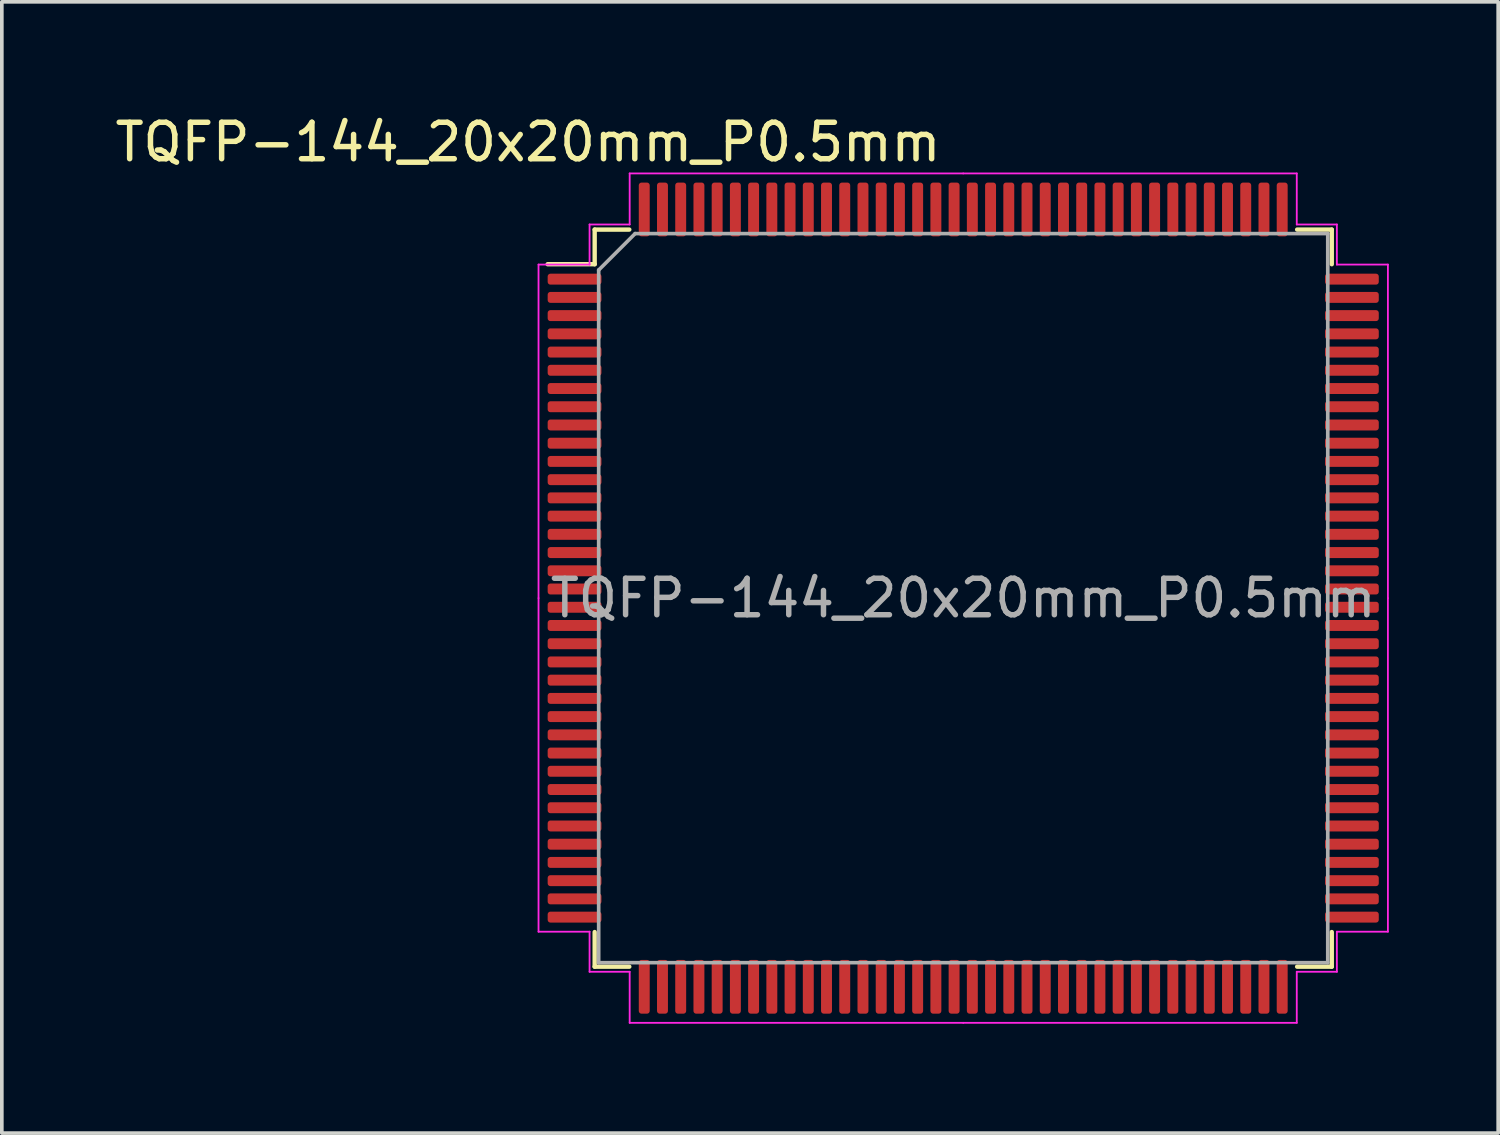
<source format=kicad_pcb>
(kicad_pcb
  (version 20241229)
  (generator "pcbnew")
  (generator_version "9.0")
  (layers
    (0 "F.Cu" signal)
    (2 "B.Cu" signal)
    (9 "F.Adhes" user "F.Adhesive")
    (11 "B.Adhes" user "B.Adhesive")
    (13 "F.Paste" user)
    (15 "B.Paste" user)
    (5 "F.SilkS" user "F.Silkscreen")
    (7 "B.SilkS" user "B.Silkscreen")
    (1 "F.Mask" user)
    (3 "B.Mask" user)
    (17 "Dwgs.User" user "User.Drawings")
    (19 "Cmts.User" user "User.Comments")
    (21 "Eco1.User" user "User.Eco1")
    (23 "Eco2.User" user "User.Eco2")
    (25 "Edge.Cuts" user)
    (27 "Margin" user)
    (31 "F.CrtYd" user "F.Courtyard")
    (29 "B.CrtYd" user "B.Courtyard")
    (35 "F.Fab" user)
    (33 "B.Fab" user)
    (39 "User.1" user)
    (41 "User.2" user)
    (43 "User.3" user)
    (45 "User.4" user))
  (footprint "TQFP-144_20x20mm_P0.5mm"
    (layer "F.Cu")
    (at 23.373 13.358)
    (property "Reference" "TQFP-144_20x20mm_P0.5mm" (at -11.938 -12.509 180) (layer "F.SilkS") (effects (font (size 1 1) (thickness 0.15))))
    (attr smd allow_soldermask_bridges)
    (fp_line (start -10.11 -10.11) (end -10.11 -9.16) (stroke (width 0.12) (type solid)) (layer "F.SilkS"))
    (fp_line (start -10.11 -9.16) (end -11.4 -9.16) (stroke (width 0.12) (type solid)) (layer "F.SilkS"))
    (fp_line (start -10.11 10.11) (end -10.11 9.16) (stroke (width 0.12) (type solid)) (layer "F.SilkS"))
    (fp_line (start -9.16 -10.11) (end -10.11 -10.11) (stroke (width 0.12) (type solid)) (layer "F.SilkS"))
    (fp_line (start -9.16 10.11) (end -10.11 10.11) (stroke (width 0.12) (type solid)) (layer "F.SilkS"))
    (fp_line (start 9.16 -10.11) (end 10.11 -10.11) (stroke (width 0.12) (type solid)) (layer "F.SilkS"))
    (fp_line (start 9.16 10.11) (end 10.11 10.11) (stroke (width 0.12) (type solid)) (layer "F.SilkS"))
    (fp_line (start 10.11 -10.11) (end 10.11 -9.16) (stroke (width 0.12) (type solid)) (layer "F.SilkS"))
    (fp_line (start 10.11 10.11) (end 10.11 9.16) (stroke (width 0.12) (type solid)) (layer "F.SilkS"))
    (fp_line (start -11.65 -9.15) (end -11.65 0) (stroke (width 0.05) (type solid)) (layer "F.CrtYd"))
    (fp_line (start -11.65 9.15) (end -11.65 0) (stroke (width 0.05) (type solid)) (layer "F.CrtYd"))
    (fp_line (start -10.25 -10.25) (end -10.25 -9.15) (stroke (width 0.05) (type solid)) (layer "F.CrtYd"))
    (fp_line (start -10.25 -9.15) (end -11.65 -9.15) (stroke (width 0.05) (type solid)) (layer "F.CrtYd"))
    (fp_line (start -10.25 9.15) (end -11.65 9.15) (stroke (width 0.05) (type solid)) (layer "F.CrtYd"))
    (fp_line (start -10.25 10.25) (end -10.25 9.15) (stroke (width 0.05) (type solid)) (layer "F.CrtYd"))
    (fp_line (start -9.15 -11.65) (end -9.15 -10.25) (stroke (width 0.05) (type solid)) (layer "F.CrtYd"))
    (fp_line (start -9.15 -10.25) (end -10.25 -10.25) (stroke (width 0.05) (type solid)) (layer "F.CrtYd"))
    (fp_line (start -9.15 10.25) (end -10.25 10.25) (stroke (width 0.05) (type solid)) (layer "F.CrtYd"))
    (fp_line (start -9.15 11.65) (end -9.15 10.25) (stroke (width 0.05) (type solid)) (layer "F.CrtYd"))
    (fp_line (start 0 -11.65) (end -9.15 -11.65) (stroke (width 0.05) (type solid)) (layer "F.CrtYd"))
    (fp_line (start 0 -11.65) (end 9.15 -11.65) (stroke (width 0.05) (type solid)) (layer "F.CrtYd"))
    (fp_line (start 0 11.65) (end -9.15 11.65) (stroke (width 0.05) (type solid)) (layer "F.CrtYd"))
    (fp_line (start 0 11.65) (end 9.15 11.65) (stroke (width 0.05) (type solid)) (layer "F.CrtYd"))
    (fp_line (start 9.15 -11.65) (end 9.15 -10.25) (stroke (width 0.05) (type solid)) (layer "F.CrtYd"))
    (fp_line (start 9.15 -10.25) (end 10.25 -10.25) (stroke (width 0.05) (type solid)) (layer "F.CrtYd"))
    (fp_line (start 9.15 10.25) (end 10.25 10.25) (stroke (width 0.05) (type solid)) (layer "F.CrtYd"))
    (fp_line (start 9.15 11.65) (end 9.15 10.25) (stroke (width 0.05) (type solid)) (layer "F.CrtYd"))
    (fp_line (start 10.25 -10.25) (end 10.25 -9.15) (stroke (width 0.05) (type solid)) (layer "F.CrtYd"))
    (fp_line (start 10.25 -9.15) (end 11.65 -9.15) (stroke (width 0.05) (type solid)) (layer "F.CrtYd"))
    (fp_line (start 10.25 9.15) (end 11.65 9.15) (stroke (width 0.05) (type solid)) (layer "F.CrtYd"))
    (fp_line (start 10.25 10.25) (end 10.25 9.15) (stroke (width 0.05) (type solid)) (layer "F.CrtYd"))
    (fp_line (start 11.65 -9.15) (end 11.65 0) (stroke (width 0.05) (type solid)) (layer "F.CrtYd"))
    (fp_line (start 11.65 9.15) (end 11.65 0) (stroke (width 0.05) (type solid)) (layer "F.CrtYd"))
    (fp_line (start -10 -9) (end -9 -10) (stroke (width 0.1) (type solid)) (layer "F.Fab"))
    (fp_line (start -10 10) (end -10 -9) (stroke (width 0.1) (type solid)) (layer "F.Fab"))
    (fp_line (start -9 -10) (end 10 -10) (stroke (width 0.1) (type solid)) (layer "F.Fab"))
    (fp_line (start 10 -10) (end 10 10) (stroke (width 0.1) (type solid)) (layer "F.Fab"))
    (fp_line (start 10 10) (end -10 10) (stroke (width 0.1) (type solid)) (layer "F.Fab"))
    (fp_text user "${REFERENCE}" (at 0 0 180) (layer "F.Fab") (effects (font (size 1 1) (thickness 0.15))))
    (pad "1" smd roundrect (at -10.662 -8.75) (size 1.475 0.3) (layers "F.Cu" "F.Mask" "F.Paste") (roundrect_rratio 0.25))
    (pad "2" smd roundrect (at -10.662 -8.25) (size 1.475 0.3) (layers "F.Cu" "F.Mask" "F.Paste") (roundrect_rratio 0.25))
    (pad "3" smd roundrect (at -10.662 -7.75) (size 1.475 0.3) (layers "F.Cu" "F.Mask" "F.Paste") (roundrect_rratio 0.25))
    (pad "4" smd roundrect (at -10.662 -7.25) (size 1.475 0.3) (layers "F.Cu" "F.Mask" "F.Paste") (roundrect_rratio 0.25))
    (pad "5" smd roundrect (at -10.662 -6.75) (size 1.475 0.3) (layers "F.Cu" "F.Mask" "F.Paste") (roundrect_rratio 0.25))
    (pad "6" smd roundrect (at -10.662 -6.25) (size 1.475 0.3) (layers "F.Cu" "F.Mask" "F.Paste") (roundrect_rratio 0.25))
    (pad "7" smd roundrect (at -10.662 -5.75) (size 1.475 0.3) (layers "F.Cu" "F.Mask" "F.Paste") (roundrect_rratio 0.25))
    (pad "8" smd roundrect (at -10.662 -5.25) (size 1.475 0.3) (layers "F.Cu" "F.Mask" "F.Paste") (roundrect_rratio 0.25))
    (pad "9" smd roundrect (at -10.662 -4.75) (size 1.475 0.3) (layers "F.Cu" "F.Mask" "F.Paste") (roundrect_rratio 0.25))
    (pad "10" smd roundrect (at -10.662 -4.25) (size 1.475 0.3) (layers "F.Cu" "F.Mask" "F.Paste") (roundrect_rratio 0.25))
    (pad "11" smd roundrect (at -10.662 -3.75) (size 1.475 0.3) (layers "F.Cu" "F.Mask" "F.Paste") (roundrect_rratio 0.25))
    (pad "12" smd roundrect (at -10.662 -3.25) (size 1.475 0.3) (layers "F.Cu" "F.Mask" "F.Paste") (roundrect_rratio 0.25))
    (pad "13" smd roundrect (at -10.662 -2.75) (size 1.475 0.3) (layers "F.Cu" "F.Mask" "F.Paste") (roundrect_rratio 0.25))
    (pad "14" smd roundrect (at -10.662 -2.25) (size 1.475 0.3) (layers "F.Cu" "F.Mask" "F.Paste") (roundrect_rratio 0.25))
    (pad "15" smd roundrect (at -10.662 -1.75) (size 1.475 0.3) (layers "F.Cu" "F.Mask" "F.Paste") (roundrect_rratio 0.25))
    (pad "16" smd roundrect (at -10.662 -1.25) (size 1.475 0.3) (layers "F.Cu" "F.Mask" "F.Paste") (roundrect_rratio 0.25))
    (pad "17" smd roundrect (at -10.662 -0.75) (size 1.475 0.3) (layers "F.Cu" "F.Mask" "F.Paste") (roundrect_rratio 0.25))
    (pad "18" smd roundrect (at -10.662 -0.25) (size 1.475 0.3) (layers "F.Cu" "F.Mask" "F.Paste") (roundrect_rratio 0.25))
    (pad "19" smd roundrect (at -10.662 0.25) (size 1.475 0.3) (layers "F.Cu" "F.Mask" "F.Paste") (roundrect_rratio 0.25))
    (pad "20" smd roundrect (at -10.662 0.75) (size 1.475 0.3) (layers "F.Cu" "F.Mask" "F.Paste") (roundrect_rratio 0.25))
    (pad "21" smd roundrect (at -10.662 1.25) (size 1.475 0.3) (layers "F.Cu" "F.Mask" "F.Paste") (roundrect_rratio 0.25))
    (pad "22" smd roundrect (at -10.662 1.75) (size 1.475 0.3) (layers "F.Cu" "F.Mask" "F.Paste") (roundrect_rratio 0.25))
    (pad "23" smd roundrect (at -10.662 2.25) (size 1.475 0.3) (layers "F.Cu" "F.Mask" "F.Paste") (roundrect_rratio 0.25))
    (pad "24" smd roundrect (at -10.662 2.75) (size 1.475 0.3) (layers "F.Cu" "F.Mask" "F.Paste") (roundrect_rratio 0.25))
    (pad "25" smd roundrect (at -10.662 3.25) (size 1.475 0.3) (layers "F.Cu" "F.Mask" "F.Paste") (roundrect_rratio 0.25))
    (pad "26" smd roundrect (at -10.662 3.75) (size 1.475 0.3) (layers "F.Cu" "F.Mask" "F.Paste") (roundrect_rratio 0.25))
    (pad "27" smd roundrect (at -10.662 4.25) (size 1.475 0.3) (layers "F.Cu" "F.Mask" "F.Paste") (roundrect_rratio 0.25))
    (pad "28" smd roundrect (at -10.662 4.75) (size 1.475 0.3) (layers "F.Cu" "F.Mask" "F.Paste") (roundrect_rratio 0.25))
    (pad "29" smd roundrect (at -10.662 5.25) (size 1.475 0.3) (layers "F.Cu" "F.Mask" "F.Paste") (roundrect_rratio 0.25))
    (pad "30" smd roundrect (at -10.662 5.75) (size 1.475 0.3) (layers "F.Cu" "F.Mask" "F.Paste") (roundrect_rratio 0.25))
    (pad "31" smd roundrect (at -10.662 6.25) (size 1.475 0.3) (layers "F.Cu" "F.Mask" "F.Paste") (roundrect_rratio 0.25))
    (pad "32" smd roundrect (at -10.662 6.75) (size 1.475 0.3) (layers "F.Cu" "F.Mask" "F.Paste") (roundrect_rratio 0.25))
    (pad "33" smd roundrect (at -10.662 7.25) (size 1.475 0.3) (layers "F.Cu" "F.Mask" "F.Paste") (roundrect_rratio 0.25))
    (pad "34" smd roundrect (at -10.662 7.75) (size 1.475 0.3) (layers "F.Cu" "F.Mask" "F.Paste") (roundrect_rratio 0.25))
    (pad "35" smd roundrect (at -10.662 8.25) (size 1.475 0.3) (layers "F.Cu" "F.Mask" "F.Paste") (roundrect_rratio 0.25))
    (pad "36" smd roundrect (at -10.662 8.75) (size 1.475 0.3) (layers "F.Cu" "F.Mask" "F.Paste") (roundrect_rratio 0.25))
    (pad "37" smd roundrect (at -8.75 10.662) (size 0.3 1.475) (layers "F.Cu" "F.Mask" "F.Paste") (roundrect_rratio 0.25))
    (pad "38" smd roundrect (at -8.25 10.662) (size 0.3 1.475) (layers "F.Cu" "F.Mask" "F.Paste") (roundrect_rratio 0.25))
    (pad "39" smd roundrect (at -7.75 10.662) (size 0.3 1.475) (layers "F.Cu" "F.Mask" "F.Paste") (roundrect_rratio 0.25))
    (pad "40" smd roundrect (at -7.25 10.662) (size 0.3 1.475) (layers "F.Cu" "F.Mask" "F.Paste") (roundrect_rratio 0.25))
    (pad "41" smd roundrect (at -6.75 10.662) (size 0.3 1.475) (layers "F.Cu" "F.Mask" "F.Paste") (roundrect_rratio 0.25))
    (pad "42" smd roundrect (at -6.25 10.662) (size 0.3 1.475) (layers "F.Cu" "F.Mask" "F.Paste") (roundrect_rratio 0.25))
    (pad "43" smd roundrect (at -5.75 10.662) (size 0.3 1.475) (layers "F.Cu" "F.Mask" "F.Paste") (roundrect_rratio 0.25))
    (pad "44" smd roundrect (at -5.25 10.662) (size 0.3 1.475) (layers "F.Cu" "F.Mask" "F.Paste") (roundrect_rratio 0.25))
    (pad "45" smd roundrect (at -4.75 10.662) (size 0.3 1.475) (layers "F.Cu" "F.Mask" "F.Paste") (roundrect_rratio 0.25))
    (pad "46" smd roundrect (at -4.25 10.662) (size 0.3 1.475) (layers "F.Cu" "F.Mask" "F.Paste") (roundrect_rratio 0.25))
    (pad "47" smd roundrect (at -3.75 10.662) (size 0.3 1.475) (layers "F.Cu" "F.Mask" "F.Paste") (roundrect_rratio 0.25))
    (pad "48" smd roundrect (at -3.25 10.662) (size 0.3 1.475) (layers "F.Cu" "F.Mask" "F.Paste") (roundrect_rratio 0.25))
    (pad "49" smd roundrect (at -2.75 10.662) (size 0.3 1.475) (layers "F.Cu" "F.Mask" "F.Paste") (roundrect_rratio 0.25))
    (pad "50" smd roundrect (at -2.25 10.662) (size 0.3 1.475) (layers "F.Cu" "F.Mask" "F.Paste") (roundrect_rratio 0.25))
    (pad "51" smd roundrect (at -1.75 10.662) (size 0.3 1.475) (layers "F.Cu" "F.Mask" "F.Paste") (roundrect_rratio 0.25))
    (pad "52" smd roundrect (at -1.25 10.662) (size 0.3 1.475) (layers "F.Cu" "F.Mask" "F.Paste") (roundrect_rratio 0.25))
    (pad "53" smd roundrect (at -0.75 10.662) (size 0.3 1.475) (layers "F.Cu" "F.Mask" "F.Paste") (roundrect_rratio 0.25))
    (pad "54" smd roundrect (at -0.25 10.662) (size 0.3 1.475) (layers "F.Cu" "F.Mask" "F.Paste") (roundrect_rratio 0.25))
    (pad "55" smd roundrect (at 0.25 10.662) (size 0.3 1.475) (layers "F.Cu" "F.Mask" "F.Paste") (roundrect_rratio 0.25))
    (pad "56" smd roundrect (at 0.75 10.662) (size 0.3 1.475) (layers "F.Cu" "F.Mask" "F.Paste") (roundrect_rratio 0.25))
    (pad "57" smd roundrect (at 1.25 10.662) (size 0.3 1.475) (layers "F.Cu" "F.Mask" "F.Paste") (roundrect_rratio 0.25))
    (pad "58" smd roundrect (at 1.75 10.662) (size 0.3 1.475) (layers "F.Cu" "F.Mask" "F.Paste") (roundrect_rratio 0.25))
    (pad "59" smd roundrect (at 2.25 10.662) (size 0.3 1.475) (layers "F.Cu" "F.Mask" "F.Paste") (roundrect_rratio 0.25))
    (pad "60" smd roundrect (at 2.75 10.662) (size 0.3 1.475) (layers "F.Cu" "F.Mask" "F.Paste") (roundrect_rratio 0.25))
    (pad "61" smd roundrect (at 3.25 10.662) (size 0.3 1.475) (layers "F.Cu" "F.Mask" "F.Paste") (roundrect_rratio 0.25))
    (pad "62" smd roundrect (at 3.75 10.662) (size 0.3 1.475) (layers "F.Cu" "F.Mask" "F.Paste") (roundrect_rratio 0.25))
    (pad "63" smd roundrect (at 4.25 10.662) (size 0.3 1.475) (layers "F.Cu" "F.Mask" "F.Paste") (roundrect_rratio 0.25))
    (pad "64" smd roundrect (at 4.75 10.662) (size 0.3 1.475) (layers "F.Cu" "F.Mask" "F.Paste") (roundrect_rratio 0.25))
    (pad "65" smd roundrect (at 5.25 10.662) (size 0.3 1.475) (layers "F.Cu" "F.Mask" "F.Paste") (roundrect_rratio 0.25))
    (pad "66" smd roundrect (at 5.75 10.662) (size 0.3 1.475) (layers "F.Cu" "F.Mask" "F.Paste") (roundrect_rratio 0.25))
    (pad "67" smd roundrect (at 6.25 10.662) (size 0.3 1.475) (layers "F.Cu" "F.Mask" "F.Paste") (roundrect_rratio 0.25))
    (pad "68" smd roundrect (at 6.75 10.662) (size 0.3 1.475) (layers "F.Cu" "F.Mask" "F.Paste") (roundrect_rratio 0.25))
    (pad "69" smd roundrect (at 7.25 10.662) (size 0.3 1.475) (layers "F.Cu" "F.Mask" "F.Paste") (roundrect_rratio 0.25))
    (pad "70" smd roundrect (at 7.75 10.662) (size 0.3 1.475) (layers "F.Cu" "F.Mask" "F.Paste") (roundrect_rratio 0.25))
    (pad "71" smd roundrect (at 8.25 10.662) (size 0.3 1.475) (layers "F.Cu" "F.Mask" "F.Paste") (roundrect_rratio 0.25))
    (pad "72" smd roundrect (at 8.75 10.662) (size 0.3 1.475) (layers "F.Cu" "F.Mask" "F.Paste") (roundrect_rratio 0.25))
    (pad "73" smd roundrect (at 10.662 8.75) (size 1.475 0.3) (layers "F.Cu" "F.Mask" "F.Paste") (roundrect_rratio 0.25))
    (pad "74" smd roundrect (at 10.662 8.25) (size 1.475 0.3) (layers "F.Cu" "F.Mask" "F.Paste") (roundrect_rratio 0.25))
    (pad "75" smd roundrect (at 10.662 7.75) (size 1.475 0.3) (layers "F.Cu" "F.Mask" "F.Paste") (roundrect_rratio 0.25))
    (pad "76" smd roundrect (at 10.662 7.25) (size 1.475 0.3) (layers "F.Cu" "F.Mask" "F.Paste") (roundrect_rratio 0.25))
    (pad "77" smd roundrect (at 10.662 6.75) (size 1.475 0.3) (layers "F.Cu" "F.Mask" "F.Paste") (roundrect_rratio 0.25))
    (pad "78" smd roundrect (at 10.662 6.25) (size 1.475 0.3) (layers "F.Cu" "F.Mask" "F.Paste") (roundrect_rratio 0.25))
    (pad "79" smd roundrect (at 10.662 5.75) (size 1.475 0.3) (layers "F.Cu" "F.Mask" "F.Paste") (roundrect_rratio 0.25))
    (pad "80" smd roundrect (at 10.662 5.25) (size 1.475 0.3) (layers "F.Cu" "F.Mask" "F.Paste") (roundrect_rratio 0.25))
    (pad "81" smd roundrect (at 10.662 4.75) (size 1.475 0.3) (layers "F.Cu" "F.Mask" "F.Paste") (roundrect_rratio 0.25))
    (pad "82" smd roundrect (at 10.662 4.25) (size 1.475 0.3) (layers "F.Cu" "F.Mask" "F.Paste") (roundrect_rratio 0.25))
    (pad "83" smd roundrect (at 10.662 3.75) (size 1.475 0.3) (layers "F.Cu" "F.Mask" "F.Paste") (roundrect_rratio 0.25))
    (pad "84" smd roundrect (at 10.662 3.25) (size 1.475 0.3) (layers "F.Cu" "F.Mask" "F.Paste") (roundrect_rratio 0.25))
    (pad "85" smd roundrect (at 10.662 2.75) (size 1.475 0.3) (layers "F.Cu" "F.Mask" "F.Paste") (roundrect_rratio 0.25))
    (pad "86" smd roundrect (at 10.662 2.25) (size 1.475 0.3) (layers "F.Cu" "F.Mask" "F.Paste") (roundrect_rratio 0.25))
    (pad "87" smd roundrect (at 10.662 1.75) (size 1.475 0.3) (layers "F.Cu" "F.Mask" "F.Paste") (roundrect_rratio 0.25))
    (pad "88" smd roundrect (at 10.662 1.25) (size 1.475 0.3) (layers "F.Cu" "F.Mask" "F.Paste") (roundrect_rratio 0.25))
    (pad "89" smd roundrect (at 10.662 0.75) (size 1.475 0.3) (layers "F.Cu" "F.Mask" "F.Paste") (roundrect_rratio 0.25))
    (pad "90" smd roundrect (at 10.662 0.25) (size 1.475 0.3) (layers "F.Cu" "F.Mask" "F.Paste") (roundrect_rratio 0.25))
    (pad "91" smd roundrect (at 10.662 -0.25) (size 1.475 0.3) (layers "F.Cu" "F.Mask" "F.Paste") (roundrect_rratio 0.25))
    (pad "92" smd roundrect (at 10.662 -0.75) (size 1.475 0.3) (layers "F.Cu" "F.Mask" "F.Paste") (roundrect_rratio 0.25))
    (pad "93" smd roundrect (at 10.662 -1.25) (size 1.475 0.3) (layers "F.Cu" "F.Mask" "F.Paste") (roundrect_rratio 0.25))
    (pad "94" smd roundrect (at 10.662 -1.75) (size 1.475 0.3) (layers "F.Cu" "F.Mask" "F.Paste") (roundrect_rratio 0.25))
    (pad "95" smd roundrect (at 10.662 -2.25) (size 1.475 0.3) (layers "F.Cu" "F.Mask" "F.Paste") (roundrect_rratio 0.25))
    (pad "96" smd roundrect (at 10.662 -2.75) (size 1.475 0.3) (layers "F.Cu" "F.Mask" "F.Paste") (roundrect_rratio 0.25))
    (pad "97" smd roundrect (at 10.662 -3.25) (size 1.475 0.3) (layers "F.Cu" "F.Mask" "F.Paste") (roundrect_rratio 0.25))
    (pad "98" smd roundrect (at 10.662 -3.75) (size 1.475 0.3) (layers "F.Cu" "F.Mask" "F.Paste") (roundrect_rratio 0.25))
    (pad "99" smd roundrect (at 10.662 -4.25) (size 1.475 0.3) (layers "F.Cu" "F.Mask" "F.Paste") (roundrect_rratio 0.25))
    (pad "100" smd roundrect (at 10.662 -4.75) (size 1.475 0.3) (layers "F.Cu" "F.Mask" "F.Paste") (roundrect_rratio 0.25))
    (pad "101" smd roundrect (at 10.662 -5.25) (size 1.475 0.3) (layers "F.Cu" "F.Mask" "F.Paste") (roundrect_rratio 0.25))
    (pad "102" smd roundrect (at 10.662 -5.75) (size 1.475 0.3) (layers "F.Cu" "F.Mask" "F.Paste") (roundrect_rratio 0.25))
    (pad "103" smd roundrect (at 10.662 -6.25) (size 1.475 0.3) (layers "F.Cu" "F.Mask" "F.Paste") (roundrect_rratio 0.25))
    (pad "104" smd roundrect (at 10.662 -6.75) (size 1.475 0.3) (layers "F.Cu" "F.Mask" "F.Paste") (roundrect_rratio 0.25))
    (pad "105" smd roundrect (at 10.662 -7.25) (size 1.475 0.3) (layers "F.Cu" "F.Mask" "F.Paste") (roundrect_rratio 0.25))
    (pad "106" smd roundrect (at 10.662 -7.75) (size 1.475 0.3) (layers "F.Cu" "F.Mask" "F.Paste") (roundrect_rratio 0.25))
    (pad "107" smd roundrect (at 10.662 -8.25) (size 1.475 0.3) (layers "F.Cu" "F.Mask" "F.Paste") (roundrect_rratio 0.25))
    (pad "108" smd roundrect (at 10.662 -8.75) (size 1.475 0.3) (layers "F.Cu" "F.Mask" "F.Paste") (roundrect_rratio 0.25))
    (pad "109" smd roundrect (at 8.75 -10.662) (size 0.3 1.475) (layers "F.Cu" "F.Mask" "F.Paste") (roundrect_rratio 0.25))
    (pad "110" smd roundrect (at 8.25 -10.662) (size 0.3 1.475) (layers "F.Cu" "F.Mask" "F.Paste") (roundrect_rratio 0.25))
    (pad "111" smd roundrect (at 7.75 -10.662) (size 0.3 1.475) (layers "F.Cu" "F.Mask" "F.Paste") (roundrect_rratio 0.25))
    (pad "112" smd roundrect (at 7.25 -10.662) (size 0.3 1.475) (layers "F.Cu" "F.Mask" "F.Paste") (roundrect_rratio 0.25))
    (pad "113" smd roundrect (at 6.75 -10.662) (size 0.3 1.475) (layers "F.Cu" "F.Mask" "F.Paste") (roundrect_rratio 0.25))
    (pad "114" smd roundrect (at 6.25 -10.662) (size 0.3 1.475) (layers "F.Cu" "F.Mask" "F.Paste") (roundrect_rratio 0.25))
    (pad "115" smd roundrect (at 5.75 -10.662) (size 0.3 1.475) (layers "F.Cu" "F.Mask" "F.Paste") (roundrect_rratio 0.25))
    (pad "116" smd roundrect (at 5.25 -10.662) (size 0.3 1.475) (layers "F.Cu" "F.Mask" "F.Paste") (roundrect_rratio 0.25))
    (pad "117" smd roundrect (at 4.75 -10.662) (size 0.3 1.475) (layers "F.Cu" "F.Mask" "F.Paste") (roundrect_rratio 0.25))
    (pad "118" smd roundrect (at 4.25 -10.662) (size 0.3 1.475) (layers "F.Cu" "F.Mask" "F.Paste") (roundrect_rratio 0.25))
    (pad "119" smd roundrect (at 3.75 -10.662) (size 0.3 1.475) (layers "F.Cu" "F.Mask" "F.Paste") (roundrect_rratio 0.25))
    (pad "120" smd roundrect (at 3.25 -10.662) (size 0.3 1.475) (layers "F.Cu" "F.Mask" "F.Paste") (roundrect_rratio 0.25))
    (pad "121" smd roundrect (at 2.75 -10.662) (size 0.3 1.475) (layers "F.Cu" "F.Mask" "F.Paste") (roundrect_rratio 0.25))
    (pad "122" smd roundrect (at 2.25 -10.662) (size 0.3 1.475) (layers "F.Cu" "F.Mask" "F.Paste") (roundrect_rratio 0.25))
    (pad "123" smd roundrect (at 1.75 -10.662) (size 0.3 1.475) (layers "F.Cu" "F.Mask" "F.Paste") (roundrect_rratio 0.25))
    (pad "124" smd roundrect (at 1.25 -10.662) (size 0.3 1.475) (layers "F.Cu" "F.Mask" "F.Paste") (roundrect_rratio 0.25))
    (pad "125" smd roundrect (at 0.75 -10.662) (size 0.3 1.475) (layers "F.Cu" "F.Mask" "F.Paste") (roundrect_rratio 0.25))
    (pad "126" smd roundrect (at 0.25 -10.662) (size 0.3 1.475) (layers "F.Cu" "F.Mask" "F.Paste") (roundrect_rratio 0.25))
    (pad "127" smd roundrect (at -0.25 -10.662) (size 0.3 1.475) (layers "F.Cu" "F.Mask" "F.Paste") (roundrect_rratio 0.25))
    (pad "128" smd roundrect (at -0.75 -10.662) (size 0.3 1.475) (layers "F.Cu" "F.Mask" "F.Paste") (roundrect_rratio 0.25))
    (pad "129" smd roundrect (at -1.25 -10.662) (size 0.3 1.475) (layers "F.Cu" "F.Mask" "F.Paste") (roundrect_rratio 0.25))
    (pad "130" smd roundrect (at -1.75 -10.662) (size 0.3 1.475) (layers "F.Cu" "F.Mask" "F.Paste") (roundrect_rratio 0.25))
    (pad "131" smd roundrect (at -2.25 -10.662) (size 0.3 1.475) (layers "F.Cu" "F.Mask" "F.Paste") (roundrect_rratio 0.25))
    (pad "132" smd roundrect (at -2.75 -10.662) (size 0.3 1.475) (layers "F.Cu" "F.Mask" "F.Paste") (roundrect_rratio 0.25))
    (pad "133" smd roundrect (at -3.25 -10.662) (size 0.3 1.475) (layers "F.Cu" "F.Mask" "F.Paste") (roundrect_rratio 0.25))
    (pad "134" smd roundrect (at -3.75 -10.662) (size 0.3 1.475) (layers "F.Cu" "F.Mask" "F.Paste") (roundrect_rratio 0.25))
    (pad "135" smd roundrect (at -4.25 -10.662) (size 0.3 1.475) (layers "F.Cu" "F.Mask" "F.Paste") (roundrect_rratio 0.25))
    (pad "136" smd roundrect (at -4.75 -10.662) (size 0.3 1.475) (layers "F.Cu" "F.Mask" "F.Paste") (roundrect_rratio 0.25))
    (pad "137" smd roundrect (at -5.25 -10.662) (size 0.3 1.475) (layers "F.Cu" "F.Mask" "F.Paste") (roundrect_rratio 0.25))
    (pad "138" smd roundrect (at -5.75 -10.662) (size 0.3 1.475) (layers "F.Cu" "F.Mask" "F.Paste") (roundrect_rratio 0.25))
    (pad "139" smd roundrect (at -6.25 -10.662) (size 0.3 1.475) (layers "F.Cu" "F.Mask" "F.Paste") (roundrect_rratio 0.25))
    (pad "140" smd roundrect (at -6.75 -10.662) (size 0.3 1.475) (layers "F.Cu" "F.Mask" "F.Paste") (roundrect_rratio 0.25))
    (pad "141" smd roundrect (at -7.25 -10.662) (size 0.3 1.475) (layers "F.Cu" "F.Mask" "F.Paste") (roundrect_rratio 0.25))
    (pad "142" smd roundrect (at -7.75 -10.662) (size 0.3 1.475) (layers "F.Cu" "F.Mask" "F.Paste") (roundrect_rratio 0.25))
    (pad "143" smd roundrect (at -8.25 -10.662) (size 0.3 1.475) (layers "F.Cu" "F.Mask" "F.Paste") (roundrect_rratio 0.25))
    (pad "144" smd roundrect (at -8.75 -10.662) (size 0.3 1.475) (layers "F.Cu" "F.Mask" "F.Paste") (roundrect_rratio 0.25)))
  (gr_rect
    (start -3 -3)
    (end 38.048 28.033)
    (stroke (width 0.1) (type default))
    (fill no)
    (layer "Edge.Cuts")))
</source>
